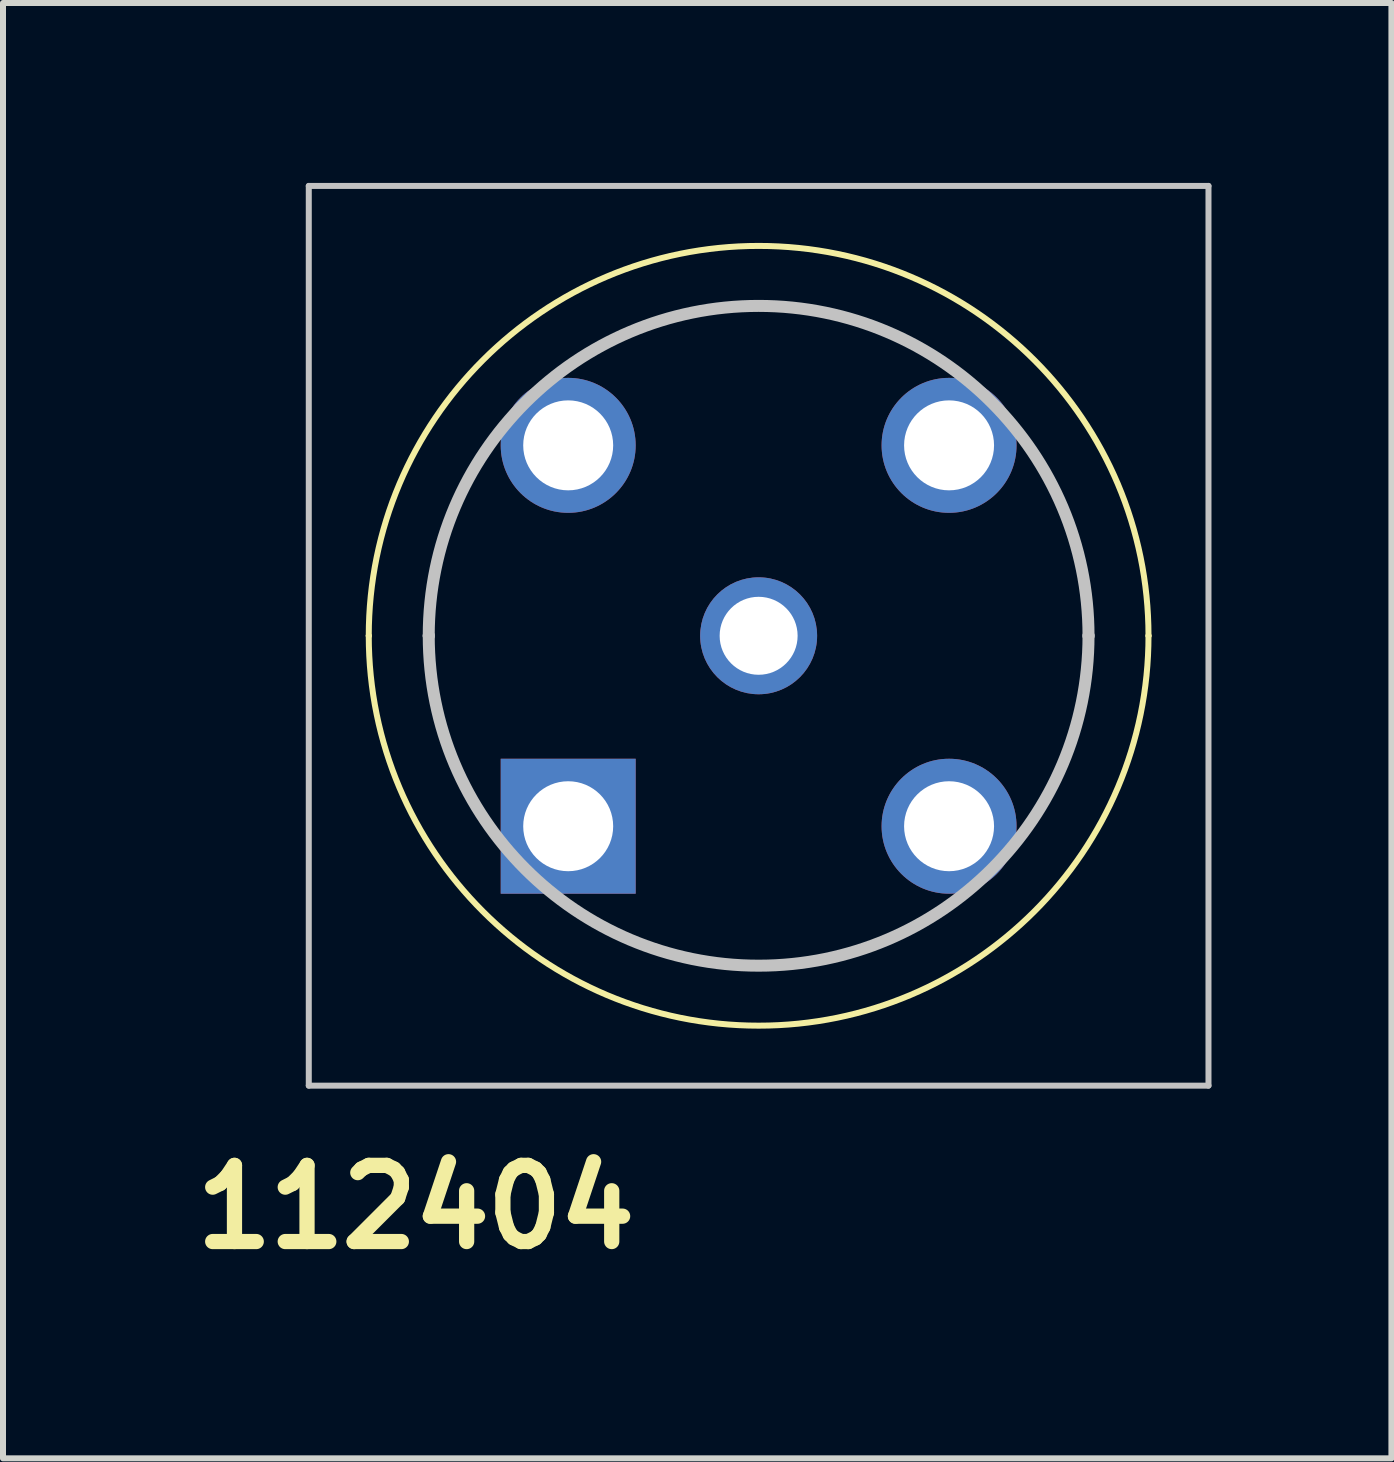
<source format=kicad_pcb>
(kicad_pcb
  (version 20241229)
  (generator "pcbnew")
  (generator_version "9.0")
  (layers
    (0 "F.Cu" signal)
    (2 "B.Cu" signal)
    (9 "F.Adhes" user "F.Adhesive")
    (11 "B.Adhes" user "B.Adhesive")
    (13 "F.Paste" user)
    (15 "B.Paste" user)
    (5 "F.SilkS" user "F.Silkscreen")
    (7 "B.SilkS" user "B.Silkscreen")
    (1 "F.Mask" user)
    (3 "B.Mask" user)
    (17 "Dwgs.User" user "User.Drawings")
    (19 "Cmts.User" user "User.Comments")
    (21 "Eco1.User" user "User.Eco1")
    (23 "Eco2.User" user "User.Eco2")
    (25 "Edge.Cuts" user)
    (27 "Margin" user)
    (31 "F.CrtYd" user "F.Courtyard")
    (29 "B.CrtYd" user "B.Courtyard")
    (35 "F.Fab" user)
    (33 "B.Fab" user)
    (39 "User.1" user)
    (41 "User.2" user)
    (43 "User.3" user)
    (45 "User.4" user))
  (footprint "112404"
    (layer "F.Cu")
    (at 6.423 10.725)
    (property "Reference" "112404" (at -2.54 6.35 0) (layer "F.SilkS") (effects (font (size 1.27 1.27) (thickness 0.254))))
    (attr through_hole)
    (fp_line (start -3.325 -3.175) (end -3.325 -3.175) (stroke (width 0.1) (type solid)) (layer "F.SilkS"))
    (fp_line (start 9.675 -3.175) (end 9.675 -3.175) (stroke (width 0.1) (type solid)) (layer "F.SilkS"))
    (fp_arc (start -3.325 -3.175) (mid 3.175 -9.675) (end 9.675 -3.175) (stroke (width 0.1) (type solid)) (layer "F.SilkS"))
    (fp_arc (start 9.675 -3.175) (mid 3.175 3.325) (end -3.325 -3.175) (stroke (width 0.1) (type solid)) (layer "F.SilkS"))
    (fp_line (start -4.325 -10.675) (end 10.675 -10.675) (stroke (width 0.1) (type solid)) (layer "Dwgs.User"))
    (fp_line (start -4.325 4.325) (end -4.325 -10.675) (stroke (width 0.1) (type solid)) (layer "Dwgs.User"))
    (fp_line (start -2.325 -3.175) (end -2.325 -3.175) (stroke (width 0.2) (type solid)) (layer "Dwgs.User"))
    (fp_line (start 8.675 -3.175) (end 8.675 -3.175) (stroke (width 0.2) (type solid)) (layer "Dwgs.User"))
    (fp_line (start 10.675 -10.675) (end 10.675 4.325) (stroke (width 0.1) (type solid)) (layer "Dwgs.User"))
    (fp_line (start 10.675 4.325) (end -4.325 4.325) (stroke (width 0.1) (type solid)) (layer "Dwgs.User"))
    (fp_arc (start -2.325 -3.175) (mid 3.175 -8.675) (end 8.675 -3.175) (stroke (width 0.2) (type solid)) (layer "Dwgs.User"))
    (fp_arc (start 8.675 -3.175) (mid 3.175 2.325) (end -2.325 -3.175) (stroke (width 0.2) (type solid)) (layer "Dwgs.User"))
    (pad "1" thru_hole rect (at 0 0 90) (size 2.25 2.25) (drill 1.5) (layers "*.Cu" "*.Mask"))
    (pad "2" thru_hole circle (at 6.35 0 90) (size 2.25 2.25) (drill 1.5) (layers "*.Cu" "*.Mask"))
    (pad "3" thru_hole circle (at 6.35 -6.35) (size 2.25 2.25) (drill 1.5) (layers "*.Cu" "*.Mask"))
    (pad "4" thru_hole circle (at 0 -6.35 90) (size 2.25 2.25) (drill 1.5) (layers "*.Cu" "*.Mask"))
    (pad "MH1" thru_hole circle (at 3.175 -3.175 90) (size 1.95 1.95) (drill 1.3) (layers "*.Cu" "*.Mask")))
  (gr_rect
    (start -3 -3)
    (end 20.148 21.264)
    (stroke (width 0.1) (type default))
    (fill no)
    (layer "Edge.Cuts")))
</source>
